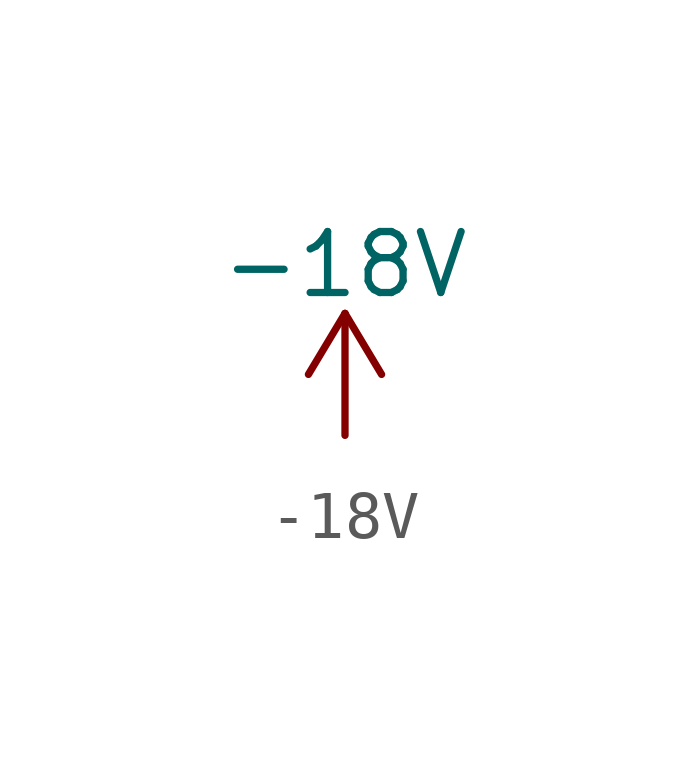
<source format=kicad_sym>
(kicad_symbol_lib
  (version 20211014)
  (generator kicad_symbol_editor)
  (symbol "-18V"
    (power)
    (pin_names
      (offset 0))
    (property "Reference" "#PWR"
      (at 0 -3.81 0)
      (effects (font (size 1.27 1.27)) hide))
    (property "Value" "-18V"
      (at 0 3.556 0)
      (effects (font (size 1.27 1.27))))
    (symbol "-18V_0_1"
      (polyline (pts (xy -0.762 1.27) (xy 0 2.54)) (stroke (width 0) (type default) (color 0 0 0 0)) (fill (type none)))
      (polyline (pts (xy 0 0) (xy 0 2.54)) (stroke (width 0) (type default) (color 0 0 0 0)) (fill (type none)))
      (polyline (pts (xy 0 2.54) (xy 0.762 1.27)) (stroke (width 0) (type default) (color 0 0 0 0)) (fill (type none))))
    (symbol "-18V_1_1"
      (pin power_in line (at 0 0 90) (length 0) hide (name "-18V" (effects (font (size 1.27 1.27)))) (number "1" (effects (font (size 1.27 1.27))))))))
</source>
